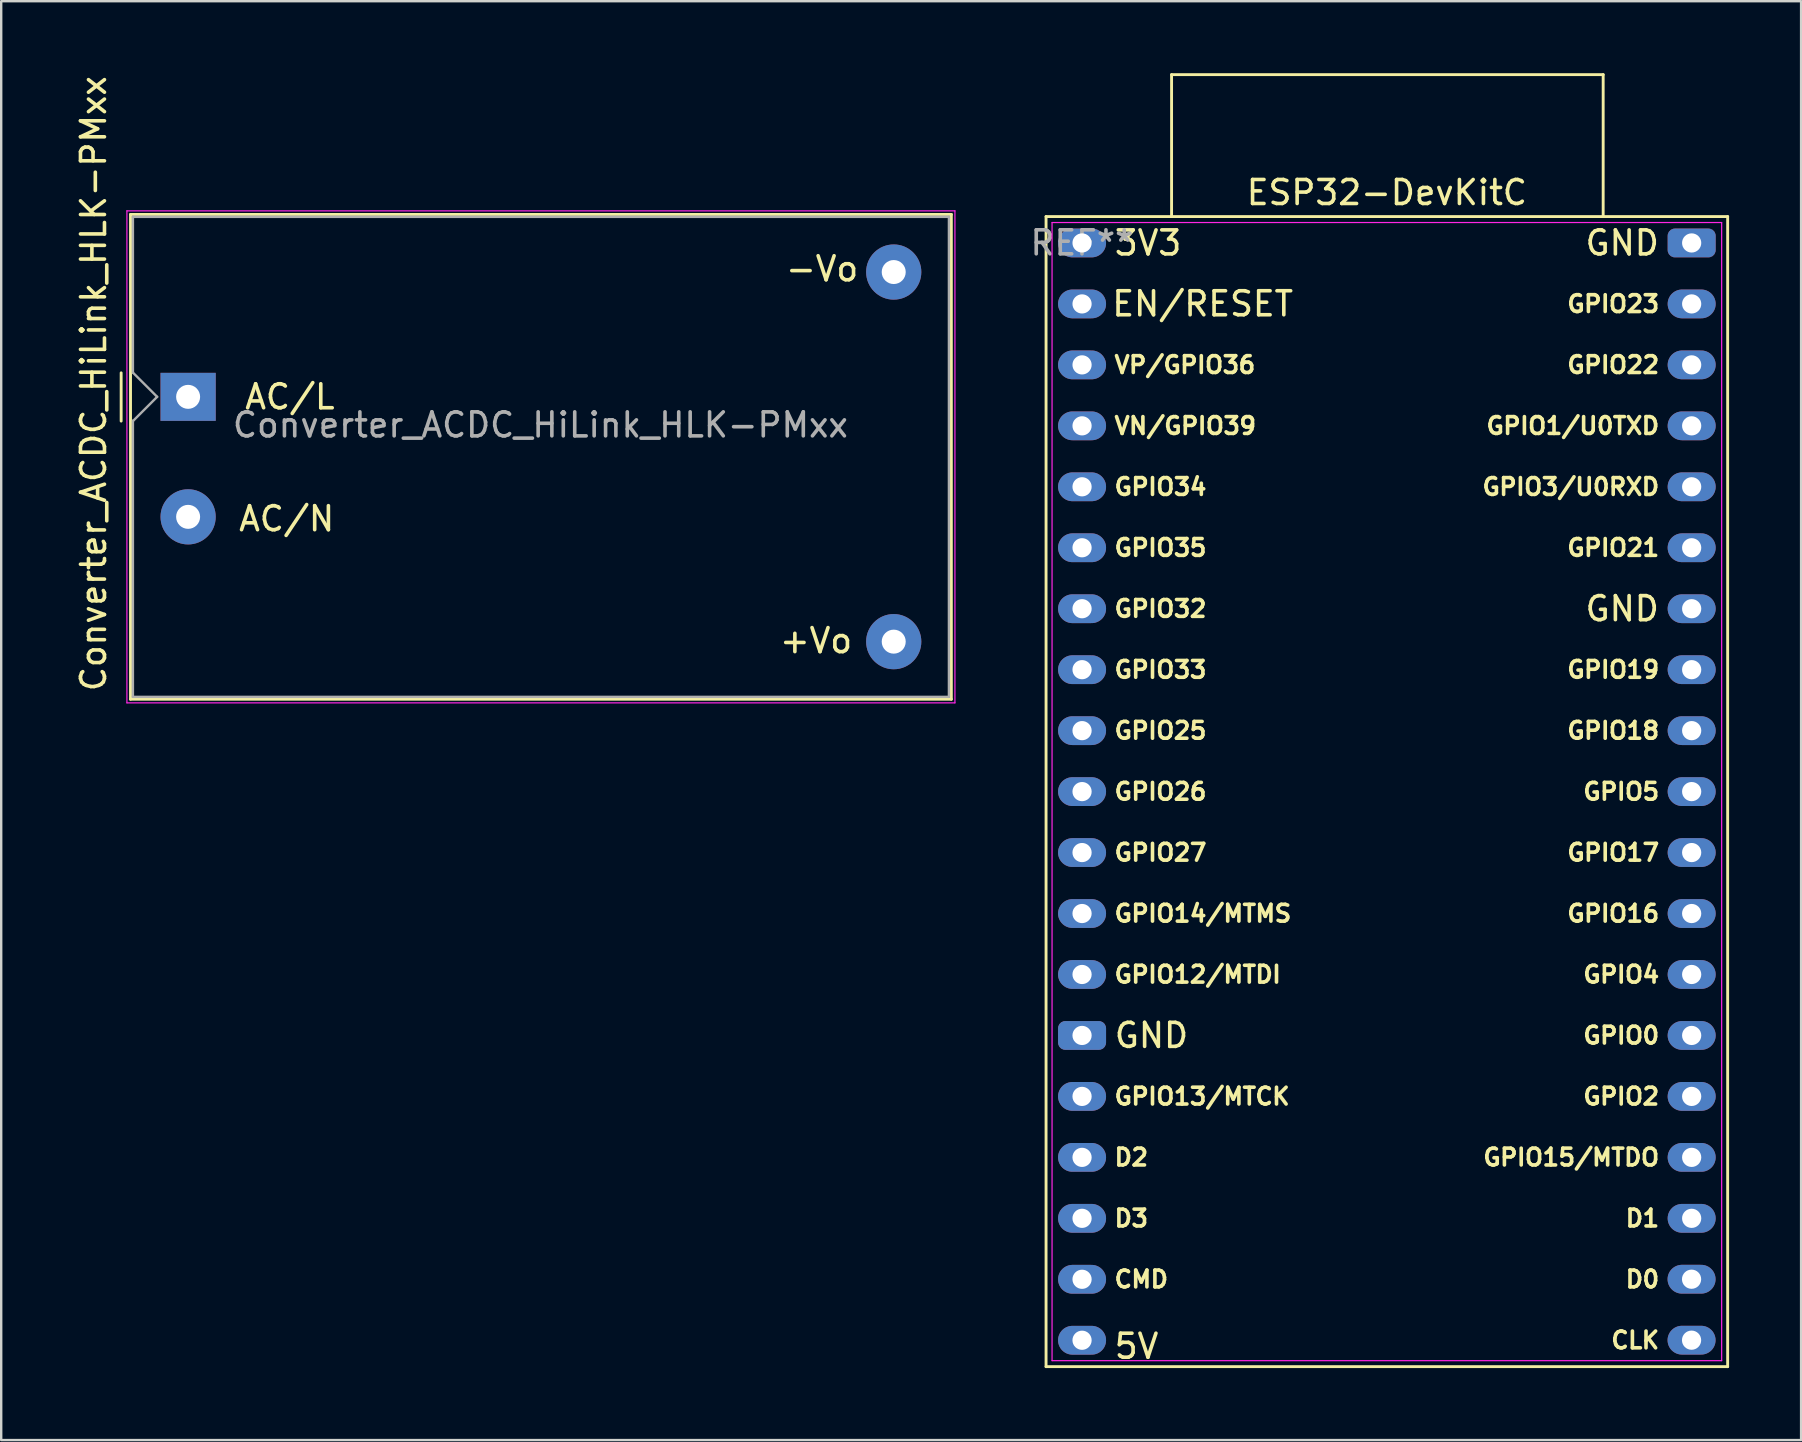
<source format=kicad_pcb>
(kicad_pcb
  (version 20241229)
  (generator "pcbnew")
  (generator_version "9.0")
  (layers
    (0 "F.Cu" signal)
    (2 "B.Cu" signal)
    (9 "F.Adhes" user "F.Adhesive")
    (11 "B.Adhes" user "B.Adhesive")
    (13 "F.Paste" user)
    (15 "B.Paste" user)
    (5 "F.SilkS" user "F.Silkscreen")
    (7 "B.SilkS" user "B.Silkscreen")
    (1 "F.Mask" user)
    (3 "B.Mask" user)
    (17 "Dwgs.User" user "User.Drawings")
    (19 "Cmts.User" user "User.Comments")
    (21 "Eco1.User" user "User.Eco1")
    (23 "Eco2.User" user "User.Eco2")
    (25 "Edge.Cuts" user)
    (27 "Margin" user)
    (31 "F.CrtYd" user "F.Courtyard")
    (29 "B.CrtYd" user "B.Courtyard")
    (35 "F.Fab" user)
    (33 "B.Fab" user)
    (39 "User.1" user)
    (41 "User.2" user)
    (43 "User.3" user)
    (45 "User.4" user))
  (footprint "ESP32-DevKitC"
    (layer "F.Cu")
    (at 42.031 7.07)
    (property "Reference" "ESP32-DevKitC" (at 12.704 -2.097 0) (layer "F.SilkS") (effects (font (size 1 1) (thickness 0.15))))
    (attr through_hole)
    (fp_line (start -1.496 46.823) (end 26.904 46.823) (stroke (width 0.12) (type solid)) (layer "F.SilkS"))
    (fp_line (start -1.496 -1.097) (end -1.496 46.823) (stroke (width 0.12) (type solid)) (layer "F.SilkS"))
    (fp_line (start 3.734 -7.01) (end 21.717 -7.01) (stroke (width 0.12) (type solid)) (layer "F.SilkS"))
    (fp_line (start 3.734 -1.118) (end 3.734 -7.01) (stroke (width 0.12) (type solid)) (layer "F.SilkS"))
    (fp_line (start 21.717 -7.01) (end 21.717 -1.118) (stroke (width 0.12) (type solid)) (layer "F.SilkS"))
    (fp_line (start 26.904 46.823) (end 26.904 -1.097) (stroke (width 0.12) (type solid)) (layer "F.SilkS"))
    (fp_line (start 26.904 -1.097) (end -1.496 -1.097) (stroke (width 0.12) (type solid)) (layer "F.SilkS"))
    (fp_line (start -1.246 -0.847) (end 26.654 -0.847) (stroke (width 0.05) (type solid)) (layer "F.CrtYd"))
    (fp_line (start -1.246 46.573) (end -1.246 -0.847) (stroke (width 0.05) (type solid)) (layer "F.CrtYd"))
    (fp_line (start 26.654 -0.847) (end 26.654 46.573) (stroke (width 0.05) (type solid)) (layer "F.CrtYd"))
    (fp_line (start 26.654 46.573) (end -1.246 46.573) (stroke (width 0.05) (type solid)) (layer "F.CrtYd"))
    (fp_text user "D3" (at 1.274 40.643 0) (unlocked yes) (layer "F.SilkS") (effects (font (size 0.7 0.7) (thickness 0.15)) (justify left)))
    (fp_text user "GPIO26" (at 1.274 22.863 0) (unlocked yes) (layer "F.SilkS") (effects (font (size 0.7 0.7) (thickness 0.15)) (justify left)))
    (fp_text user "GPIO32" (at 1.274 15.243 0) (unlocked yes) (layer "F.SilkS") (effects (font (size 0.7 0.7) (thickness 0.15)) (justify left)))
    (fp_text user "GPIO4" (at 24.134 30.483 0) (unlocked yes) (layer "F.SilkS") (effects (font (size 0.7 0.7) (thickness 0.15)) (justify right)))
    (fp_text user "VP/GPIO36" (at 1.274 5.083 0) (unlocked yes) (layer "F.SilkS") (effects (font (size 0.7 0.7) (thickness 0.15)) (justify left)))
    (fp_text user "GPIO3/U0RXD" (at 24.134 10.163 0) (unlocked yes) (layer "F.SilkS") (effects (font (size 0.7 0.7) (thickness 0.15)) (justify right)))
    (fp_text user "CLK" (at 24.134 45.723 0) (unlocked yes) (layer "F.SilkS") (effects (font (size 0.7 0.7) (thickness 0.15)) (justify right)))
    (fp_text user "GPIO5" (at 24.134 22.863 0) (unlocked yes) (layer "F.SilkS") (effects (font (size 0.7 0.7) (thickness 0.15)) (justify right)))
    (fp_text user "GPIO16" (at 24.134 27.943 0) (unlocked yes) (layer "F.SilkS") (effects (font (size 0.7 0.7) (thickness 0.15)) (justify right)))
    (fp_text user "GPIO14/MTMS" (at 1.274 27.943 0) (unlocked yes) (layer "F.SilkS") (effects (font (size 0.7 0.7) (thickness 0.15)) (justify left)))
    (fp_text user "D1" (at 24.134 40.643 0) (unlocked yes) (layer "F.SilkS") (effects (font (size 0.7 0.7) (thickness 0.15)) (justify right)))
    (fp_text user "GPIO1/U0TXD" (at 24.134 7.623 0) (unlocked yes) (layer "F.SilkS") (effects (font (size 0.7 0.7) (thickness 0.15)) (justify right)))
    (fp_text user "EN/RESET" (at 8.89 2.54 0) (unlocked yes) (layer "F.SilkS") (effects (font (size 1 1) (thickness 0.15)) (justify right)))
    (fp_text user "GPIO23" (at 24.134 2.543 0) (unlocked yes) (layer "F.SilkS") (effects (font (size 0.7 0.7) (thickness 0.15)) (justify right)))
    (fp_text user "GPIO34" (at 1.274 10.163 0) (unlocked yes) (layer "F.SilkS") (effects (font (size 0.7 0.7) (thickness 0.15)) (justify left)))
    (fp_text user "GND" (at 1.274 33.023 0) (unlocked yes) (layer "F.SilkS") (effects (font (size 1 1) (thickness 0.15)) (justify left)))
    (fp_text user "D2" (at 1.274 38.103 0) (unlocked yes) (layer "F.SilkS") (effects (font (size 0.7 0.7) (thickness 0.15)) (justify left)))
    (fp_text user "CMD" (at 1.274 43.183 0) (unlocked yes) (layer "F.SilkS") (effects (font (size 0.7 0.7) (thickness 0.15)) (justify left)))
    (fp_text user "D0" (at 24.134 43.183 0) (unlocked yes) (layer "F.SilkS") (effects (font (size 0.7 0.7) (thickness 0.15)) (justify right)))
    (fp_text user "GPIO15/MTDO" (at 24.134 38.103 0) (unlocked yes) (layer "F.SilkS") (effects (font (size 0.7 0.7) (thickness 0.15)) (justify right)))
    (fp_text user "GND" (at 24.134 0.003 0) (unlocked yes) (layer "F.SilkS") (effects (font (size 1 1) (thickness 0.15)) (justify right)))
    (fp_text user "GPIO35" (at 1.274 12.703 0) (unlocked yes) (layer "F.SilkS") (effects (font (size 0.7 0.7) (thickness 0.15)) (justify left)))
    (fp_text user "GPIO22" (at 24.134 5.083 0) (unlocked yes) (layer "F.SilkS") (effects (font (size 0.7 0.7) (thickness 0.15)) (justify right)))
    (fp_text user "GND" (at 24.134 15.243 0) (unlocked yes) (layer "F.SilkS") (effects (font (size 1 1) (thickness 0.15)) (justify right)))
    (fp_text user "GPIO19" (at 24.134 17.783 0) (unlocked yes) (layer "F.SilkS") (effects (font (size 0.7 0.7) (thickness 0.15)) (justify right)))
    (fp_text user "GPIO33" (at 1.274 17.783 0) (unlocked yes) (layer "F.SilkS") (effects (font (size 0.7 0.7) (thickness 0.15)) (justify left)))
    (fp_text user "5V" (at 1.27 45.974 0) (unlocked yes) (layer "F.SilkS") (effects (font (size 1 1) (thickness 0.15)) (justify left)))
    (fp_text user "GPIO18" (at 24.134 20.323 0) (unlocked yes) (layer "F.SilkS") (effects (font (size 0.7 0.7) (thickness 0.15)) (justify right)))
    (fp_text user "GPIO25" (at 1.274 20.323 0) (unlocked yes) (layer "F.SilkS") (effects (font (size 0.7 0.7) (thickness 0.15)) (justify left)))
    (fp_text user "GPIO2" (at 24.134 35.563 0) (unlocked yes) (layer "F.SilkS") (effects (font (size 0.7 0.7) (thickness 0.15)) (justify right)))
    (fp_text user "GPIO27" (at 1.274 25.403 0) (unlocked yes) (layer "F.SilkS") (effects (font (size 0.7 0.7) (thickness 0.15)) (justify left)))
    (fp_text user "GPIO0" (at 24.134 33.023 0) (unlocked yes) (layer "F.SilkS") (effects (font (size 0.7 0.7) (thickness 0.15)) (justify right)))
    (fp_text user "GPIO17" (at 24.134 25.403 0) (unlocked yes) (layer "F.SilkS") (effects (font (size 0.7 0.7) (thickness 0.15)) (justify right)))
    (fp_text user "GPIO12/MTDI" (at 1.274 30.483 0) (unlocked yes) (layer "F.SilkS") (effects (font (size 0.7 0.7) (thickness 0.15)) (justify left)))
    (fp_text user "VN/GPIO39" (at 1.274 7.623 0) (unlocked yes) (layer "F.SilkS") (effects (font (size 0.7 0.7) (thickness 0.15)) (justify left)))
    (fp_text user "3V3" (at 1.274 0.003 0) (unlocked yes) (layer "F.SilkS") (effects (font (size 1 1) (thickness 0.15)) (justify left)))
    (fp_text user "GPIO21" (at 24.134 12.703 0) (unlocked yes) (layer "F.SilkS") (effects (font (size 0.7 0.7) (thickness 0.15)) (justify right)))
    (fp_text user "GPIO13/MTCK" (at 1.274 35.563 0) (unlocked yes) (layer "F.SilkS") (effects (font (size 0.7 0.7) (thickness 0.15)) (justify left)))
    (fp_text user "REF**" (at 0 0 0) (layer "F.Fab") (effects (font (size 1 1) (thickness 0.15))))
    (pad "1" thru_hole oval (at 0.004 0.003 270) (size 1.2 2) (drill 0.8) (layers "*.Cu" "*.Mask"))
    (pad "2" thru_hole oval (at 0.004 2.543 270) (size 1.2 2) (drill 0.8) (layers "*.Cu" "*.Mask"))
    (pad "3" thru_hole oval (at 0.004 5.083 270) (size 1.2 2) (drill 0.8) (layers "*.Cu" "*.Mask"))
    (pad "4" thru_hole oval (at 0.004 7.623 270) (size 1.2 2) (drill 0.8) (layers "*.Cu" "*.Mask"))
    (pad "5" thru_hole oval (at 0.004 10.163 270) (size 1.2 2) (drill 0.8) (layers "*.Cu" "*.Mask"))
    (pad "6" thru_hole oval (at 0.004 12.703 270) (size 1.2 2) (drill 0.8) (layers "*.Cu" "*.Mask"))
    (pad "7" thru_hole oval (at 0.004 15.243 270) (size 1.2 2) (drill 0.8) (layers "*.Cu" "*.Mask"))
    (pad "8" thru_hole oval (at 0.004 17.783 270) (size 1.2 2) (drill 0.8) (layers "*.Cu" "*.Mask"))
    (pad "9" thru_hole oval (at 0.004 20.323 270) (size 1.2 2) (drill 0.8) (layers "*.Cu" "*.Mask"))
    (pad "10" thru_hole oval (at 0.004 22.863 270) (size 1.2 2) (drill 0.8) (layers "*.Cu" "*.Mask"))
    (pad "11" thru_hole oval (at 0.004 25.403 270) (size 1.2 2) (drill 0.8) (layers "*.Cu" "*.Mask"))
    (pad "12" thru_hole oval (at 0.004 27.943 270) (size 1.2 2) (drill 0.8) (layers "*.Cu" "*.Mask"))
    (pad "13" thru_hole oval (at 0.004 30.483 270) (size 1.2 2) (drill 0.8) (layers "*.Cu" "*.Mask"))
    (pad "14" thru_hole roundrect (at 0.004 33.023 270) (size 1.2 2) (drill 0.8) (layers "*.Cu" "*.Mask") (roundrect_rratio 0.25))
    (pad "15" thru_hole oval (at 0.004 35.563 270) (size 1.2 2) (drill 0.8) (layers "*.Cu" "*.Mask"))
    (pad "16" thru_hole oval (at 0.004 38.103 270) (size 1.2 2) (drill 0.8) (layers "*.Cu" "*.Mask"))
    (pad "17" thru_hole oval (at 0.004 40.643 270) (size 1.2 2) (drill 0.8) (layers "*.Cu" "*.Mask"))
    (pad "18" thru_hole oval (at 0.004 43.183 270) (size 1.2 2) (drill 0.8) (layers "*.Cu" "*.Mask"))
    (pad "19" thru_hole oval (at 0.004 45.723 270) (size 1.2 2) (drill 0.8) (layers "*.Cu" "*.Mask"))
    (pad "20" thru_hole roundrect (at 25.404 0.003 270) (size 1.2 2) (drill 0.8) (layers "*.Cu" "*.Mask") (roundrect_rratio 0.25))
    (pad "21" thru_hole oval (at 25.404 2.543 270) (size 1.2 2) (drill 0.8) (layers "*.Cu" "*.Mask"))
    (pad "22" thru_hole oval (at 25.404 5.083 270) (size 1.2 2) (drill 0.8) (layers "*.Cu" "*.Mask"))
    (pad "23" thru_hole oval (at 25.404 7.623 270) (size 1.2 2) (drill 0.8) (layers "*.Cu" "*.Mask"))
    (pad "24" thru_hole oval (at 25.404 10.163 270) (size 1.2 2) (drill 0.8) (layers "*.Cu" "*.Mask"))
    (pad "25" thru_hole oval (at 25.404 12.703 270) (size 1.2 2) (drill 0.8) (layers "*.Cu" "*.Mask"))
    (pad "26" thru_hole oval (at 25.404 15.243 270) (size 1.2 2) (drill 0.8) (layers "*.Cu" "*.Mask"))
    (pad "27" thru_hole oval (at 25.404 17.783 270) (size 1.2 2) (drill 0.8) (layers "*.Cu" "*.Mask"))
    (pad "28" thru_hole oval (at 25.404 20.323 270) (size 1.2 2) (drill 0.8) (layers "*.Cu" "*.Mask"))
    (pad "29" thru_hole oval (at 25.404 22.863 270) (size 1.2 2) (drill 0.8) (layers "*.Cu" "*.Mask"))
    (pad "30" thru_hole oval (at 25.404 25.403 270) (size 1.2 2) (drill 0.8) (layers "*.Cu" "*.Mask"))
    (pad "31" thru_hole oval (at 25.404 27.943 270) (size 1.2 2) (drill 0.8) (layers "*.Cu" "*.Mask"))
    (pad "32" thru_hole oval (at 25.404 30.483 270) (size 1.2 2) (drill 0.8) (layers "*.Cu" "*.Mask"))
    (pad "33" thru_hole oval (at 25.404 33.023 270) (size 1.2 2) (drill 0.8) (layers "*.Cu" "*.Mask"))
    (pad "34" thru_hole oval (at 25.404 35.563 270) (size 1.2 2) (drill 0.8) (layers "*.Cu" "*.Mask"))
    (pad "35" thru_hole oval (at 25.404 38.103 270) (size 1.2 2) (drill 0.8) (layers "*.Cu" "*.Mask"))
    (pad "36" thru_hole oval (at 25.404 40.643 270) (size 1.2 2) (drill 0.8) (layers "*.Cu" "*.Mask"))
    (pad "37" thru_hole oval (at 25.4 43.18 270) (size 1.2 2) (drill 0.8) (layers "*.Cu" "*.Mask"))
    (pad "38" thru_hole oval (at 25.4 45.72 270) (size 1.2 2) (drill 0.8) (layers "*.Cu" "*.Mask")))
  (footprint "Converter_ACDC_HiLink_HLK-PMxx"
    (layer "F.Cu")
    (at 4.788 13.485)
    (property "Reference" "Converter_ACDC_HiLink_HLK-PMxx" (at -3.94 -0.55 90) (layer "F.SilkS") (effects (font (size 1 1) (thickness 0.15))))
    (attr through_hole)
    (fp_line (start -2.79 -1) (end -2.79 1.01) (stroke (width 0.12) (type solid)) (layer "F.SilkS"))
    (fp_line (start -2.4 -7.6) (end -2.4 12.6) (stroke (width 0.12) (type solid)) (layer "F.SilkS"))
    (fp_line (start -2.4 12.6) (end 31.8 12.6) (stroke (width 0.12) (type solid)) (layer "F.SilkS"))
    (fp_line (start 31.8 -7.6) (end -2.4 -7.6) (stroke (width 0.12) (type solid)) (layer "F.SilkS"))
    (fp_line (start 31.8 12.6) (end 31.8 -7.6) (stroke (width 0.12) (type solid)) (layer "F.SilkS"))
    (fp_line (start -2.55 -7.75) (end -2.55 12.75) (stroke (width 0.05) (type solid)) (layer "F.CrtYd"))
    (fp_line (start -2.55 12.75) (end 31.95 12.75) (stroke (width 0.05) (type solid)) (layer "F.CrtYd"))
    (fp_line (start 31.95 -7.75) (end -2.55 -7.75) (stroke (width 0.05) (type solid)) (layer "F.CrtYd"))
    (fp_line (start 31.95 12.75) (end 31.95 -7.75) (stroke (width 0.05) (type solid)) (layer "F.CrtYd"))
    (fp_line (start -2.3 -7.5) (end 31.7 -7.5) (stroke (width 0.1) (type solid)) (layer "F.Fab"))
    (fp_line (start -2.3 -1) (end -2.3 -7.5) (stroke (width 0.1) (type solid)) (layer "F.Fab"))
    (fp_line (start -2.3 12.5) (end -2.3 0.99) (stroke (width 0.1) (type solid)) (layer "F.Fab"))
    (fp_line (start -2.3 12.5) (end 31.7 12.5) (stroke (width 0.1) (type solid)) (layer "F.Fab"))
    (fp_line (start -2.29 -1) (end -1.29 0) (stroke (width 0.1) (type solid)) (layer "F.Fab"))
    (fp_line (start -1.29 0) (end -2.29 1) (stroke (width 0.1) (type solid)) (layer "F.Fab"))
    (fp_line (start 31.7 12.5) (end 31.7 -7.5) (stroke (width 0.1) (type solid)) (layer "F.Fab"))
    (fp_text user "AC/N" (at 2.032 5.08 0) (layer "F.SilkS") (effects (font (size 1 1) (thickness 0.15)) (justify left)))
    (fp_text user "+Vo" (at 26.162 10.16 0) (layer "F.SilkS") (effects (font (size 1 1) (thickness 0.15))))
    (fp_text user "AC/L" (at 2.286 0 0) (layer "F.SilkS") (effects (font (size 1 1) (thickness 0.15)) (justify left)))
    (fp_text user "-Vo" (at 26.416 -5.334 0) (layer "F.SilkS") (effects (font (size 1 1) (thickness 0.15))))
    (fp_text user "${REFERENCE}" (at 14.68 1.17 0) (layer "F.Fab") (effects (font (size 1 1) (thickness 0.15))))
    (pad "1" thru_hole rect (at 0 0) (size 2.3 2) (drill 1) (layers "*.Cu" "*.Mask"))
    (pad "2" thru_hole circle (at 0 5) (size 2.3 2.3) (drill 1) (layers "*.Cu" "*.Mask"))
    (pad "3" thru_hole circle (at 29.4 -5.2) (size 2.3 2.3) (drill 1) (layers "*.Cu" "*.Mask"))
    (pad "4" thru_hole circle (at 29.4 10.2) (size 2.3 2.3) (drill 1) (layers "*.Cu" "*.Mask")))
  (gr_rect
    (start -3 -3)
    (end 71.995 56.953)
    (stroke (width 0.1) (type default))
    (fill no)
    (layer "Edge.Cuts")))
</source>
